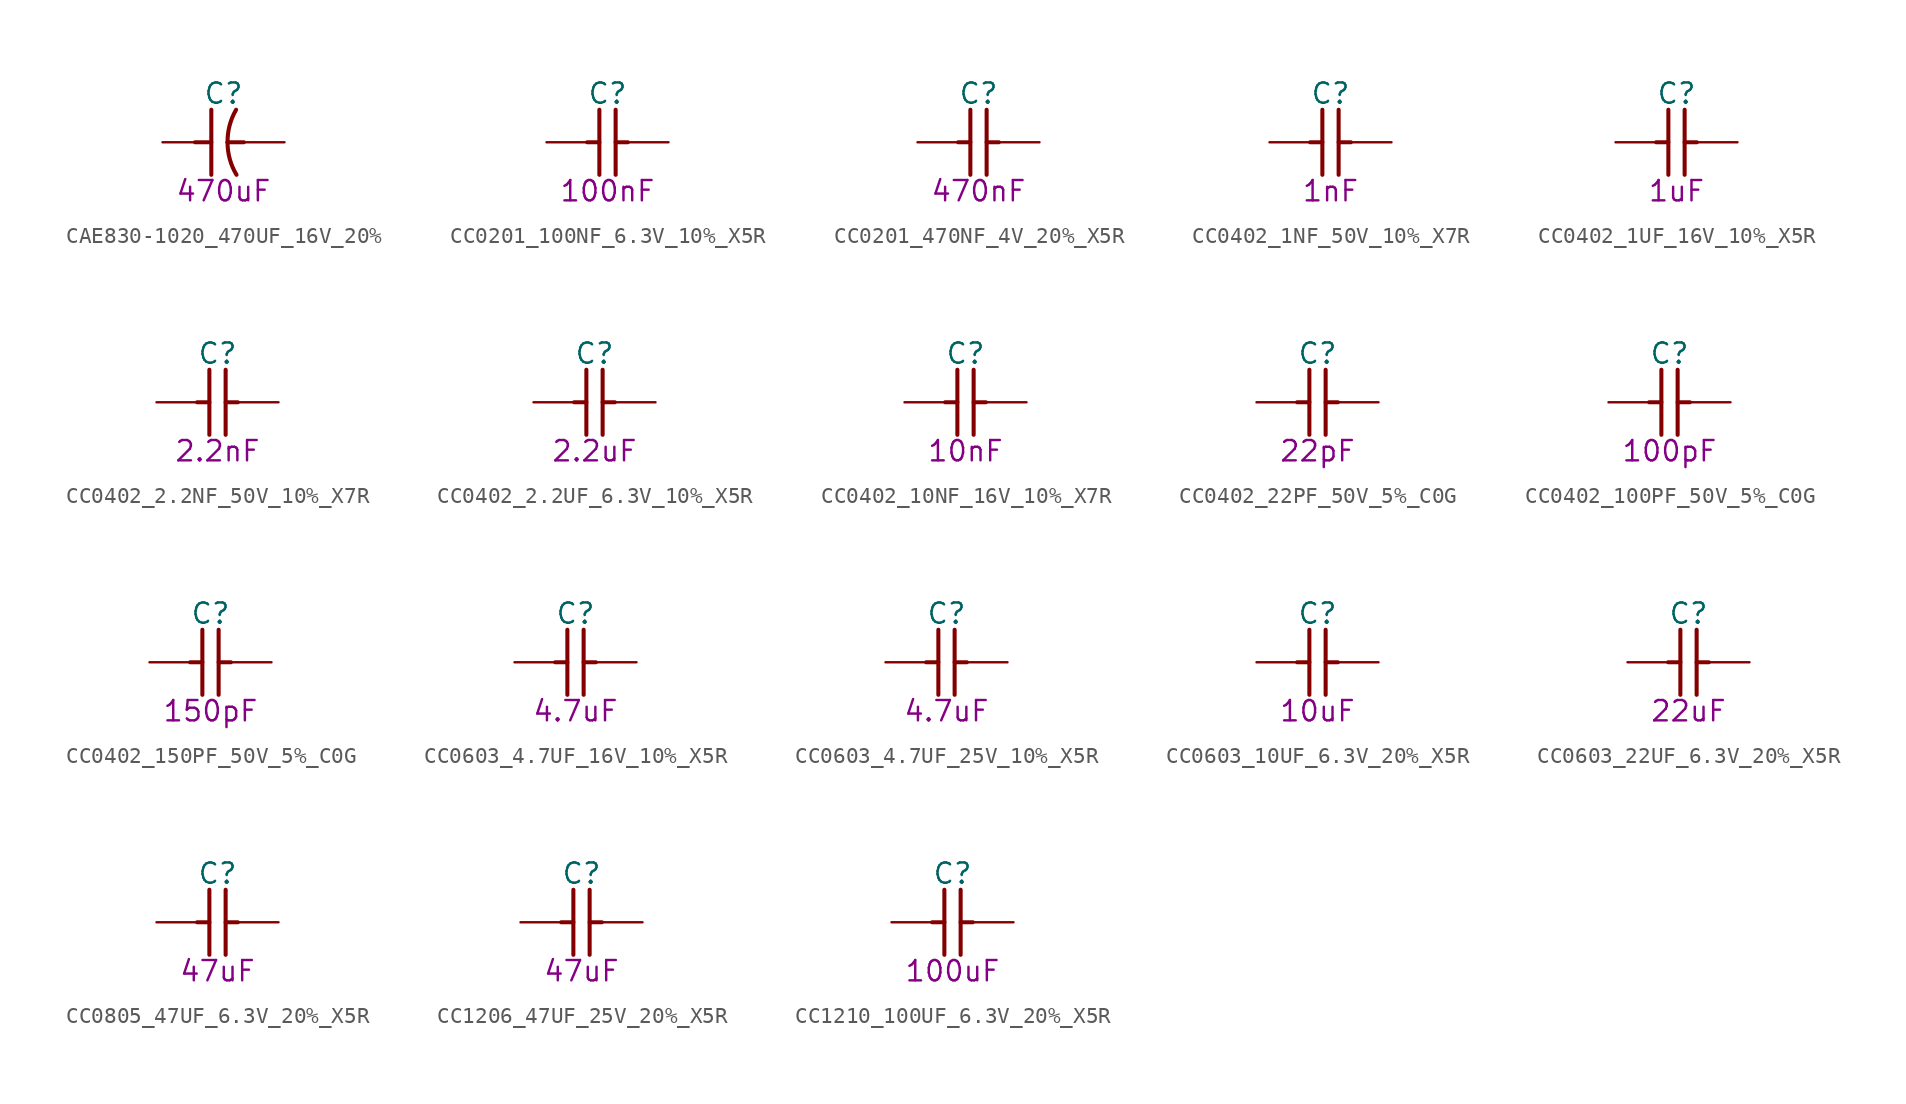
<source format=kicad_sym>
(kicad_symbol_lib
  (version 20211014)
  (generator kicad_symbol_editor)
  (symbol "CAE830-1020_470UF_16V_20%"
    (pin_names
      (offset 1.27))
    (property "Reference" "C"
      (at 3.81 3.048 0)
      (effects (font (size 1.27 1.27))))
    (property "Val" "470uF"
      (at 3.81 -3.048 0)
      (effects (font (size 1.27 1.27))))
    (property "ki_locked" ""
      (at 0 0 0)
      (effects (font (size 1.27 1.27))))
    (symbol "CAE830-1020_470UF_16V_20%_0_1"
      (polyline (pts (xy 2.032 0) (xy 3.048 0)) (stroke (width 0.254) (type default) (color 0 0 0 0)) (fill (type none)))
      (polyline (pts (xy 3.048 2.032) (xy 3.048 -2.032)) (stroke (width 0.254) (type default) (color 0 0 0 0)) (fill (type none)))
      (polyline (pts (xy 4.064 0) (xy 5.08 0)) (stroke (width 0.254) (type default) (color 0 0 0 0)) (fill (type none)))
      (arc (start 4.064 0) (mid 4.2034 -1.0553) (end 4.6228 -2.032) (stroke (width 0.254) (type default) (color 0 0 0 0)) (fill (type none)))
      (arc (start 4.5974 2.032) (mid 4.1925 1.0516) (end 4.064 0) (stroke (width 0.254) (type default) (color 0 0 0 0)) (fill (type none)))
      (text "+" (at 2.54 0.762 900) (effects (font (size 1.27 1.27)) (justify left bottom) hide))
      (pin passive line (at 0 0 0) (length 2.54) (name "1" (effects (font (size 0 0)))) (number "1" (effects (font (size 0 0)))))
      (pin passive line (at 7.62 0 180) (length 2.54) (name "2" (effects (font (size 0 0)))) (number "2" (effects (font (size 0 0)))))))
  (symbol "CC0201_100NF_6.3V_10%_X5R"
    (pin_names
      (offset 1.27))
    (property "Reference" "C"
      (at 3.81 3.048 0)
      (effects (font (size 1.27 1.27))))
    (property "Val" "100nF"
      (at 3.81 -3.048 0)
      (effects (font (size 1.27 1.27))))
    (property "ki_locked" ""
      (at 0 0 0)
      (effects (font (size 1.27 1.27))))
    (symbol "CC0201_100NF_6.3V_10%_X5R_0_1"
      (polyline (pts (xy 2.54 0) (xy 3.302 0)) (stroke (width 0.254) (type default) (color 0 0 0 0)) (fill (type none)))
      (polyline (pts (xy 3.302 -2.032) (xy 3.302 2.032)) (stroke (width 0.254) (type default) (color 0 0 0 0)) (fill (type none)))
      (polyline (pts (xy 4.318 2.032) (xy 4.318 -2.032)) (stroke (width 0.254) (type default) (color 0 0 0 0)) (fill (type none)))
      (polyline (pts (xy 5.08 0) (xy 4.318 0)) (stroke (width 0.254) (type default) (color 0 0 0 0)) (fill (type none)))
      (pin passive line (at 0 0 0) (length 2.54) (name "1" (effects (font (size 0 0)))) (number "1" (effects (font (size 0 0)))))
      (pin passive line (at 7.62 0 180) (length 2.54) (name "2" (effects (font (size 0 0)))) (number "2" (effects (font (size 0 0)))))))
  (symbol "CC0201_470NF_4V_20%_X5R"
    (pin_names
      (offset 1.27))
    (property "Reference" "C"
      (at 3.81 3.048 0)
      (effects (font (size 1.27 1.27))))
    (property "Val" "470nF"
      (at 3.81 -3.048 0)
      (effects (font (size 1.27 1.27))))
    (property "ki_locked" ""
      (at 0 0 0)
      (effects (font (size 1.27 1.27))))
    (symbol "CC0201_470NF_4V_20%_X5R_0_1"
      (polyline (pts (xy 2.54 0) (xy 3.302 0)) (stroke (width 0.254) (type default) (color 0 0 0 0)) (fill (type none)))
      (polyline (pts (xy 3.302 -2.032) (xy 3.302 2.032)) (stroke (width 0.254) (type default) (color 0 0 0 0)) (fill (type none)))
      (polyline (pts (xy 4.318 2.032) (xy 4.318 -2.032)) (stroke (width 0.254) (type default) (color 0 0 0 0)) (fill (type none)))
      (polyline (pts (xy 5.08 0) (xy 4.318 0)) (stroke (width 0.254) (type default) (color 0 0 0 0)) (fill (type none)))
      (pin passive line (at 0 0 0) (length 2.54) (name "1" (effects (font (size 0 0)))) (number "1" (effects (font (size 0 0)))))
      (pin passive line (at 7.62 0 180) (length 2.54) (name "2" (effects (font (size 0 0)))) (number "2" (effects (font (size 0 0)))))))
  (symbol "CC0402_1NF_50V_10%_X7R"
    (pin_names
      (offset 1.27))
    (property "Reference" "C"
      (at 3.81 3.048 0)
      (effects (font (size 1.27 1.27))))
    (property "Val" "1nF"
      (at 3.81 -3.048 0)
      (effects (font (size 1.27 1.27))))
    (property "ki_locked" ""
      (at 0 0 0)
      (effects (font (size 1.27 1.27))))
    (symbol "CC0402_1NF_50V_10%_X7R_0_1"
      (polyline (pts (xy 2.54 0) (xy 3.302 0)) (stroke (width 0.254) (type default) (color 0 0 0 0)) (fill (type none)))
      (polyline (pts (xy 3.302 -2.032) (xy 3.302 2.032)) (stroke (width 0.254) (type default) (color 0 0 0 0)) (fill (type none)))
      (polyline (pts (xy 4.318 2.032) (xy 4.318 -2.032)) (stroke (width 0.254) (type default) (color 0 0 0 0)) (fill (type none)))
      (polyline (pts (xy 5.08 0) (xy 4.318 0)) (stroke (width 0.254) (type default) (color 0 0 0 0)) (fill (type none)))
      (pin passive line (at 0 0 0) (length 2.54) (name "1" (effects (font (size 0 0)))) (number "1" (effects (font (size 0 0)))))
      (pin passive line (at 7.62 0 180) (length 2.54) (name "2" (effects (font (size 0 0)))) (number "2" (effects (font (size 0 0)))))))
  (symbol "CC0402_1UF_16V_10%_X5R"
    (pin_names
      (offset 1.27))
    (property "Reference" "C"
      (at 3.81 3.048 0)
      (effects (font (size 1.27 1.27))))
    (property "Val" "1uF"
      (at 3.81 -3.048 0)
      (effects (font (size 1.27 1.27))))
    (property "ki_locked" ""
      (at 0 0 0)
      (effects (font (size 1.27 1.27))))
    (symbol "CC0402_1UF_16V_10%_X5R_0_1"
      (polyline (pts (xy 2.54 0) (xy 3.302 0)) (stroke (width 0.254) (type default) (color 0 0 0 0)) (fill (type none)))
      (polyline (pts (xy 3.302 -2.032) (xy 3.302 2.032)) (stroke (width 0.254) (type default) (color 0 0 0 0)) (fill (type none)))
      (polyline (pts (xy 4.318 2.032) (xy 4.318 -2.032)) (stroke (width 0.254) (type default) (color 0 0 0 0)) (fill (type none)))
      (polyline (pts (xy 5.08 0) (xy 4.318 0)) (stroke (width 0.254) (type default) (color 0 0 0 0)) (fill (type none)))
      (pin passive line (at 0 0 0) (length 2.54) (name "1" (effects (font (size 0 0)))) (number "1" (effects (font (size 0 0)))))
      (pin passive line (at 7.62 0 180) (length 2.54) (name "2" (effects (font (size 0 0)))) (number "2" (effects (font (size 0 0)))))))
  (symbol "CC0402_2.2NF_50V_10%_X7R"
    (pin_names
      (offset 1.27))
    (property "Reference" "C"
      (at 3.81 3.048 0)
      (effects (font (size 1.27 1.27))))
    (property "Val" "2.2nF"
      (at 3.81 -3.048 0)
      (effects (font (size 1.27 1.27))))
    (property "ki_locked" ""
      (at 0 0 0)
      (effects (font (size 1.27 1.27))))
    (symbol "CC0402_2.2NF_50V_10%_X7R_0_1"
      (polyline (pts (xy 2.54 0) (xy 3.302 0)) (stroke (width 0.254) (type default) (color 0 0 0 0)) (fill (type none)))
      (polyline (pts (xy 3.302 -2.032) (xy 3.302 2.032)) (stroke (width 0.254) (type default) (color 0 0 0 0)) (fill (type none)))
      (polyline (pts (xy 4.318 2.032) (xy 4.318 -2.032)) (stroke (width 0.254) (type default) (color 0 0 0 0)) (fill (type none)))
      (polyline (pts (xy 5.08 0) (xy 4.318 0)) (stroke (width 0.254) (type default) (color 0 0 0 0)) (fill (type none)))
      (pin passive line (at 0 0 0) (length 2.54) (name "1" (effects (font (size 0 0)))) (number "1" (effects (font (size 0 0)))))
      (pin passive line (at 7.62 0 180) (length 2.54) (name "2" (effects (font (size 0 0)))) (number "2" (effects (font (size 0 0)))))))
  (symbol "CC0402_2.2UF_6.3V_10%_X5R"
    (pin_names
      (offset 1.27))
    (property "Reference" "C"
      (at 3.81 3.048 0)
      (effects (font (size 1.27 1.27))))
    (property "Val" "2.2uF"
      (at 3.81 -3.048 0)
      (effects (font (size 1.27 1.27))))
    (property "ki_locked" ""
      (at 0 0 0)
      (effects (font (size 1.27 1.27))))
    (symbol "CC0402_2.2UF_6.3V_10%_X5R_0_1"
      (polyline (pts (xy 2.54 0) (xy 3.302 0)) (stroke (width 0.254) (type default) (color 0 0 0 0)) (fill (type none)))
      (polyline (pts (xy 3.302 -2.032) (xy 3.302 2.032)) (stroke (width 0.254) (type default) (color 0 0 0 0)) (fill (type none)))
      (polyline (pts (xy 4.318 2.032) (xy 4.318 -2.032)) (stroke (width 0.254) (type default) (color 0 0 0 0)) (fill (type none)))
      (polyline (pts (xy 5.08 0) (xy 4.318 0)) (stroke (width 0.254) (type default) (color 0 0 0 0)) (fill (type none)))
      (pin passive line (at 0 0 0) (length 2.54) (name "1" (effects (font (size 0 0)))) (number "1" (effects (font (size 0 0)))))
      (pin passive line (at 7.62 0 180) (length 2.54) (name "2" (effects (font (size 0 0)))) (number "2" (effects (font (size 0 0)))))))
  (symbol "CC0402_10NF_16V_10%_X7R"
    (pin_names
      (offset 1.27))
    (property "Reference" "C"
      (at 3.81 3.048 0)
      (effects (font (size 1.27 1.27))))
    (property "Val" "10nF"
      (at 3.81 -3.048 0)
      (effects (font (size 1.27 1.27))))
    (property "ki_locked" ""
      (at 0 0 0)
      (effects (font (size 1.27 1.27))))
    (symbol "CC0402_10NF_16V_10%_X7R_0_1"
      (polyline (pts (xy 2.54 0) (xy 3.302 0)) (stroke (width 0.254) (type default) (color 0 0 0 0)) (fill (type none)))
      (polyline (pts (xy 3.302 -2.032) (xy 3.302 2.032)) (stroke (width 0.254) (type default) (color 0 0 0 0)) (fill (type none)))
      (polyline (pts (xy 4.318 2.032) (xy 4.318 -2.032)) (stroke (width 0.254) (type default) (color 0 0 0 0)) (fill (type none)))
      (polyline (pts (xy 5.08 0) (xy 4.318 0)) (stroke (width 0.254) (type default) (color 0 0 0 0)) (fill (type none)))
      (pin passive line (at 0 0 0) (length 2.54) (name "1" (effects (font (size 0 0)))) (number "1" (effects (font (size 0 0)))))
      (pin passive line (at 7.62 0 180) (length 2.54) (name "2" (effects (font (size 0 0)))) (number "2" (effects (font (size 0 0)))))))
  (symbol "CC0402_22PF_50V_5%_C0G"
    (pin_names
      (offset 1.27))
    (property "Reference" "C"
      (at 3.81 3.048 0)
      (effects (font (size 1.27 1.27))))
    (property "Val" "22pF"
      (at 3.81 -3.048 0)
      (effects (font (size 1.27 1.27))))
    (property "ki_locked" ""
      (at 0 0 0)
      (effects (font (size 1.27 1.27))))
    (symbol "CC0402_22PF_50V_5%_C0G_0_1"
      (polyline (pts (xy 2.54 0) (xy 3.302 0)) (stroke (width 0.254) (type default) (color 0 0 0 0)) (fill (type none)))
      (polyline (pts (xy 3.302 -2.032) (xy 3.302 2.032)) (stroke (width 0.254) (type default) (color 0 0 0 0)) (fill (type none)))
      (polyline (pts (xy 4.318 2.032) (xy 4.318 -2.032)) (stroke (width 0.254) (type default) (color 0 0 0 0)) (fill (type none)))
      (polyline (pts (xy 5.08 0) (xy 4.318 0)) (stroke (width 0.254) (type default) (color 0 0 0 0)) (fill (type none)))
      (pin passive line (at 0 0 0) (length 2.54) (name "1" (effects (font (size 0 0)))) (number "1" (effects (font (size 0 0)))))
      (pin passive line (at 7.62 0 180) (length 2.54) (name "2" (effects (font (size 0 0)))) (number "2" (effects (font (size 0 0)))))))
  (symbol "CC0402_100PF_50V_5%_C0G"
    (pin_names
      (offset 1.27))
    (property "Reference" "C"
      (at 3.81 3.048 0)
      (effects (font (size 1.27 1.27))))
    (property "Val" "100pF"
      (at 3.81 -3.048 0)
      (effects (font (size 1.27 1.27))))
    (property "ki_locked" ""
      (at 0 0 0)
      (effects (font (size 1.27 1.27))))
    (symbol "CC0402_100PF_50V_5%_C0G_0_1"
      (polyline (pts (xy 2.54 0) (xy 3.302 0)) (stroke (width 0.254) (type default) (color 0 0 0 0)) (fill (type none)))
      (polyline (pts (xy 3.302 -2.032) (xy 3.302 2.032)) (stroke (width 0.254) (type default) (color 0 0 0 0)) (fill (type none)))
      (polyline (pts (xy 4.318 2.032) (xy 4.318 -2.032)) (stroke (width 0.254) (type default) (color 0 0 0 0)) (fill (type none)))
      (polyline (pts (xy 5.08 0) (xy 4.318 0)) (stroke (width 0.254) (type default) (color 0 0 0 0)) (fill (type none)))
      (pin passive line (at 0 0 0) (length 2.54) (name "1" (effects (font (size 0 0)))) (number "1" (effects (font (size 0 0)))))
      (pin passive line (at 7.62 0 180) (length 2.54) (name "2" (effects (font (size 0 0)))) (number "2" (effects (font (size 0 0)))))))
  (symbol "CC0402_150PF_50V_5%_C0G"
    (pin_names
      (offset 1.27))
    (property "Reference" "C"
      (at 3.81 3.048 0)
      (effects (font (size 1.27 1.27))))
    (property "Val" "150pF"
      (at 3.81 -3.048 0)
      (effects (font (size 1.27 1.27))))
    (property "ki_locked" ""
      (at 0 0 0)
      (effects (font (size 1.27 1.27))))
    (symbol "CC0402_150PF_50V_5%_C0G_0_1"
      (polyline (pts (xy 2.54 0) (xy 3.302 0)) (stroke (width 0.254) (type default) (color 0 0 0 0)) (fill (type none)))
      (polyline (pts (xy 3.302 -2.032) (xy 3.302 2.032)) (stroke (width 0.254) (type default) (color 0 0 0 0)) (fill (type none)))
      (polyline (pts (xy 4.318 2.032) (xy 4.318 -2.032)) (stroke (width 0.254) (type default) (color 0 0 0 0)) (fill (type none)))
      (polyline (pts (xy 5.08 0) (xy 4.318 0)) (stroke (width 0.254) (type default) (color 0 0 0 0)) (fill (type none)))
      (pin passive line (at 0 0 0) (length 2.54) (name "1" (effects (font (size 0 0)))) (number "1" (effects (font (size 0 0)))))
      (pin passive line (at 7.62 0 180) (length 2.54) (name "2" (effects (font (size 0 0)))) (number "2" (effects (font (size 0 0)))))))
  (symbol "CC0603_4.7UF_16V_10%_X5R"
    (pin_names
      (offset 1.27))
    (property "Reference" "C"
      (at 3.81 3.048 0)
      (effects (font (size 1.27 1.27))))
    (property "Val" "4.7uF"
      (at 3.81 -3.048 0)
      (effects (font (size 1.27 1.27))))
    (property "ki_locked" ""
      (at 0 0 0)
      (effects (font (size 1.27 1.27))))
    (symbol "CC0603_4.7UF_16V_10%_X5R_0_1"
      (polyline (pts (xy 2.54 0) (xy 3.302 0)) (stroke (width 0.254) (type default) (color 0 0 0 0)) (fill (type none)))
      (polyline (pts (xy 3.302 -2.032) (xy 3.302 2.032)) (stroke (width 0.254) (type default) (color 0 0 0 0)) (fill (type none)))
      (polyline (pts (xy 4.318 2.032) (xy 4.318 -2.032)) (stroke (width 0.254) (type default) (color 0 0 0 0)) (fill (type none)))
      (polyline (pts (xy 5.08 0) (xy 4.318 0)) (stroke (width 0.254) (type default) (color 0 0 0 0)) (fill (type none)))
      (pin passive line (at 0 0 0) (length 2.54) (name "1" (effects (font (size 0 0)))) (number "1" (effects (font (size 0 0)))))
      (pin passive line (at 7.62 0 180) (length 2.54) (name "2" (effects (font (size 0 0)))) (number "2" (effects (font (size 0 0)))))))
  (symbol "CC0603_4.7UF_25V_10%_X5R"
    (pin_names
      (offset 1.27))
    (property "Reference" "C"
      (at 3.81 3.048 0)
      (effects (font (size 1.27 1.27))))
    (property "Val" "4.7uF"
      (at 3.81 -3.048 0)
      (effects (font (size 1.27 1.27))))
    (property "ki_locked" ""
      (at 0 0 0)
      (effects (font (size 1.27 1.27))))
    (symbol "CC0603_4.7UF_25V_10%_X5R_0_1"
      (polyline (pts (xy 2.54 0) (xy 3.302 0)) (stroke (width 0.254) (type default) (color 0 0 0 0)) (fill (type none)))
      (polyline (pts (xy 3.302 -2.032) (xy 3.302 2.032)) (stroke (width 0.254) (type default) (color 0 0 0 0)) (fill (type none)))
      (polyline (pts (xy 4.318 2.032) (xy 4.318 -2.032)) (stroke (width 0.254) (type default) (color 0 0 0 0)) (fill (type none)))
      (polyline (pts (xy 5.08 0) (xy 4.318 0)) (stroke (width 0.254) (type default) (color 0 0 0 0)) (fill (type none)))
      (pin passive line (at 0 0 0) (length 2.54) (name "1" (effects (font (size 0 0)))) (number "1" (effects (font (size 0 0)))))
      (pin passive line (at 7.62 0 180) (length 2.54) (name "2" (effects (font (size 0 0)))) (number "2" (effects (font (size 0 0)))))))
  (symbol "CC0603_10UF_6.3V_20%_X5R"
    (pin_names
      (offset 1.27))
    (property "Reference" "C"
      (at 3.81 3.048 0)
      (effects (font (size 1.27 1.27))))
    (property "Val" "10uF"
      (at 3.81 -3.048 0)
      (effects (font (size 1.27 1.27))))
    (property "ki_locked" ""
      (at 0 0 0)
      (effects (font (size 1.27 1.27))))
    (symbol "CC0603_10UF_6.3V_20%_X5R_0_1"
      (polyline (pts (xy 2.54 0) (xy 3.302 0)) (stroke (width 0.254) (type default) (color 0 0 0 0)) (fill (type none)))
      (polyline (pts (xy 3.302 -2.032) (xy 3.302 2.032)) (stroke (width 0.254) (type default) (color 0 0 0 0)) (fill (type none)))
      (polyline (pts (xy 4.318 2.032) (xy 4.318 -2.032)) (stroke (width 0.254) (type default) (color 0 0 0 0)) (fill (type none)))
      (polyline (pts (xy 5.08 0) (xy 4.318 0)) (stroke (width 0.254) (type default) (color 0 0 0 0)) (fill (type none)))
      (pin passive line (at 0 0 0) (length 2.54) (name "1" (effects (font (size 0 0)))) (number "1" (effects (font (size 0 0)))))
      (pin passive line (at 7.62 0 180) (length 2.54) (name "2" (effects (font (size 0 0)))) (number "2" (effects (font (size 0 0)))))))
  (symbol "CC0603_22UF_6.3V_20%_X5R"
    (pin_names
      (offset 1.27))
    (property "Reference" "C"
      (at 3.81 3.048 0)
      (effects (font (size 1.27 1.27))))
    (property "Val" "22uF"
      (at 3.81 -3.048 0)
      (effects (font (size 1.27 1.27))))
    (property "ki_locked" ""
      (at 0 0 0)
      (effects (font (size 1.27 1.27))))
    (symbol "CC0603_22UF_6.3V_20%_X5R_0_1"
      (polyline (pts (xy 2.54 0) (xy 3.302 0)) (stroke (width 0.254) (type default) (color 0 0 0 0)) (fill (type none)))
      (polyline (pts (xy 3.302 -2.032) (xy 3.302 2.032)) (stroke (width 0.254) (type default) (color 0 0 0 0)) (fill (type none)))
      (polyline (pts (xy 4.318 2.032) (xy 4.318 -2.032)) (stroke (width 0.254) (type default) (color 0 0 0 0)) (fill (type none)))
      (polyline (pts (xy 5.08 0) (xy 4.318 0)) (stroke (width 0.254) (type default) (color 0 0 0 0)) (fill (type none)))
      (pin passive line (at 0 0 0) (length 2.54) (name "1" (effects (font (size 0 0)))) (number "1" (effects (font (size 0 0)))))
      (pin passive line (at 7.62 0 180) (length 2.54) (name "2" (effects (font (size 0 0)))) (number "2" (effects (font (size 0 0)))))))
  (symbol "CC0805_47UF_6.3V_20%_X5R"
    (pin_names
      (offset 1.27))
    (property "Reference" "C"
      (at 3.81 3.048 0)
      (effects (font (size 1.27 1.27))))
    (property "Val" "47uF"
      (at 3.81 -3.048 0)
      (effects (font (size 1.27 1.27))))
    (property "ki_locked" ""
      (at 0 0 0)
      (effects (font (size 1.27 1.27))))
    (symbol "CC0805_47UF_6.3V_20%_X5R_0_1"
      (polyline (pts (xy 2.54 0) (xy 3.302 0)) (stroke (width 0.254) (type default) (color 0 0 0 0)) (fill (type none)))
      (polyline (pts (xy 3.302 -2.032) (xy 3.302 2.032)) (stroke (width 0.254) (type default) (color 0 0 0 0)) (fill (type none)))
      (polyline (pts (xy 4.318 2.032) (xy 4.318 -2.032)) (stroke (width 0.254) (type default) (color 0 0 0 0)) (fill (type none)))
      (polyline (pts (xy 5.08 0) (xy 4.318 0)) (stroke (width 0.254) (type default) (color 0 0 0 0)) (fill (type none)))
      (pin passive line (at 0 0 0) (length 2.54) (name "1" (effects (font (size 0 0)))) (number "1" (effects (font (size 0 0)))))
      (pin passive line (at 7.62 0 180) (length 2.54) (name "2" (effects (font (size 0 0)))) (number "2" (effects (font (size 0 0)))))))
  (symbol "CC1206_47UF_25V_20%_X5R"
    (pin_names
      (offset 1.27))
    (property "Reference" "C"
      (at 3.81 3.048 0)
      (effects (font (size 1.27 1.27))))
    (property "Val" "47uF"
      (at 3.81 -3.048 0)
      (effects (font (size 1.27 1.27))))
    (property "ki_locked" ""
      (at 0 0 0)
      (effects (font (size 1.27 1.27))))
    (symbol "CC1206_47UF_25V_20%_X5R_0_1"
      (polyline (pts (xy 2.54 0) (xy 3.302 0)) (stroke (width 0.254) (type default) (color 0 0 0 0)) (fill (type none)))
      (polyline (pts (xy 3.302 -2.032) (xy 3.302 2.032)) (stroke (width 0.254) (type default) (color 0 0 0 0)) (fill (type none)))
      (polyline (pts (xy 4.318 2.032) (xy 4.318 -2.032)) (stroke (width 0.254) (type default) (color 0 0 0 0)) (fill (type none)))
      (polyline (pts (xy 5.08 0) (xy 4.318 0)) (stroke (width 0.254) (type default) (color 0 0 0 0)) (fill (type none)))
      (pin passive line (at 0 0 0) (length 2.54) (name "1" (effects (font (size 0 0)))) (number "1" (effects (font (size 0 0)))))
      (pin passive line (at 7.62 0 180) (length 2.54) (name "2" (effects (font (size 0 0)))) (number "2" (effects (font (size 0 0)))))))
  (symbol "CC1210_100UF_6.3V_20%_X5R"
    (pin_names
      (offset 1.27))
    (property "Reference" "C"
      (at 3.81 3.048 0)
      (effects (font (size 1.27 1.27))))
    (property "Val" "100uF"
      (at 3.81 -3.048 0)
      (effects (font (size 1.27 1.27))))
    (property "ki_locked" ""
      (at 0 0 0)
      (effects (font (size 1.27 1.27))))
    (symbol "CC1210_100UF_6.3V_20%_X5R_0_1"
      (polyline (pts (xy 2.54 0) (xy 3.302 0)) (stroke (width 0.254) (type default) (color 0 0 0 0)) (fill (type none)))
      (polyline (pts (xy 3.302 -2.032) (xy 3.302 2.032)) (stroke (width 0.254) (type default) (color 0 0 0 0)) (fill (type none)))
      (polyline (pts (xy 4.318 2.032) (xy 4.318 -2.032)) (stroke (width 0.254) (type default) (color 0 0 0 0)) (fill (type none)))
      (polyline (pts (xy 5.08 0) (xy 4.318 0)) (stroke (width 0.254) (type default) (color 0 0 0 0)) (fill (type none)))
      (pin passive line (at 0 0 0) (length 2.54) (name "1" (effects (font (size 0 0)))) (number "1" (effects (font (size 0 0)))))
      (pin passive line (at 7.62 0 180) (length 2.54) (name "2" (effects (font (size 0 0)))) (number "2" (effects (font (size 0 0))))))))
</source>
